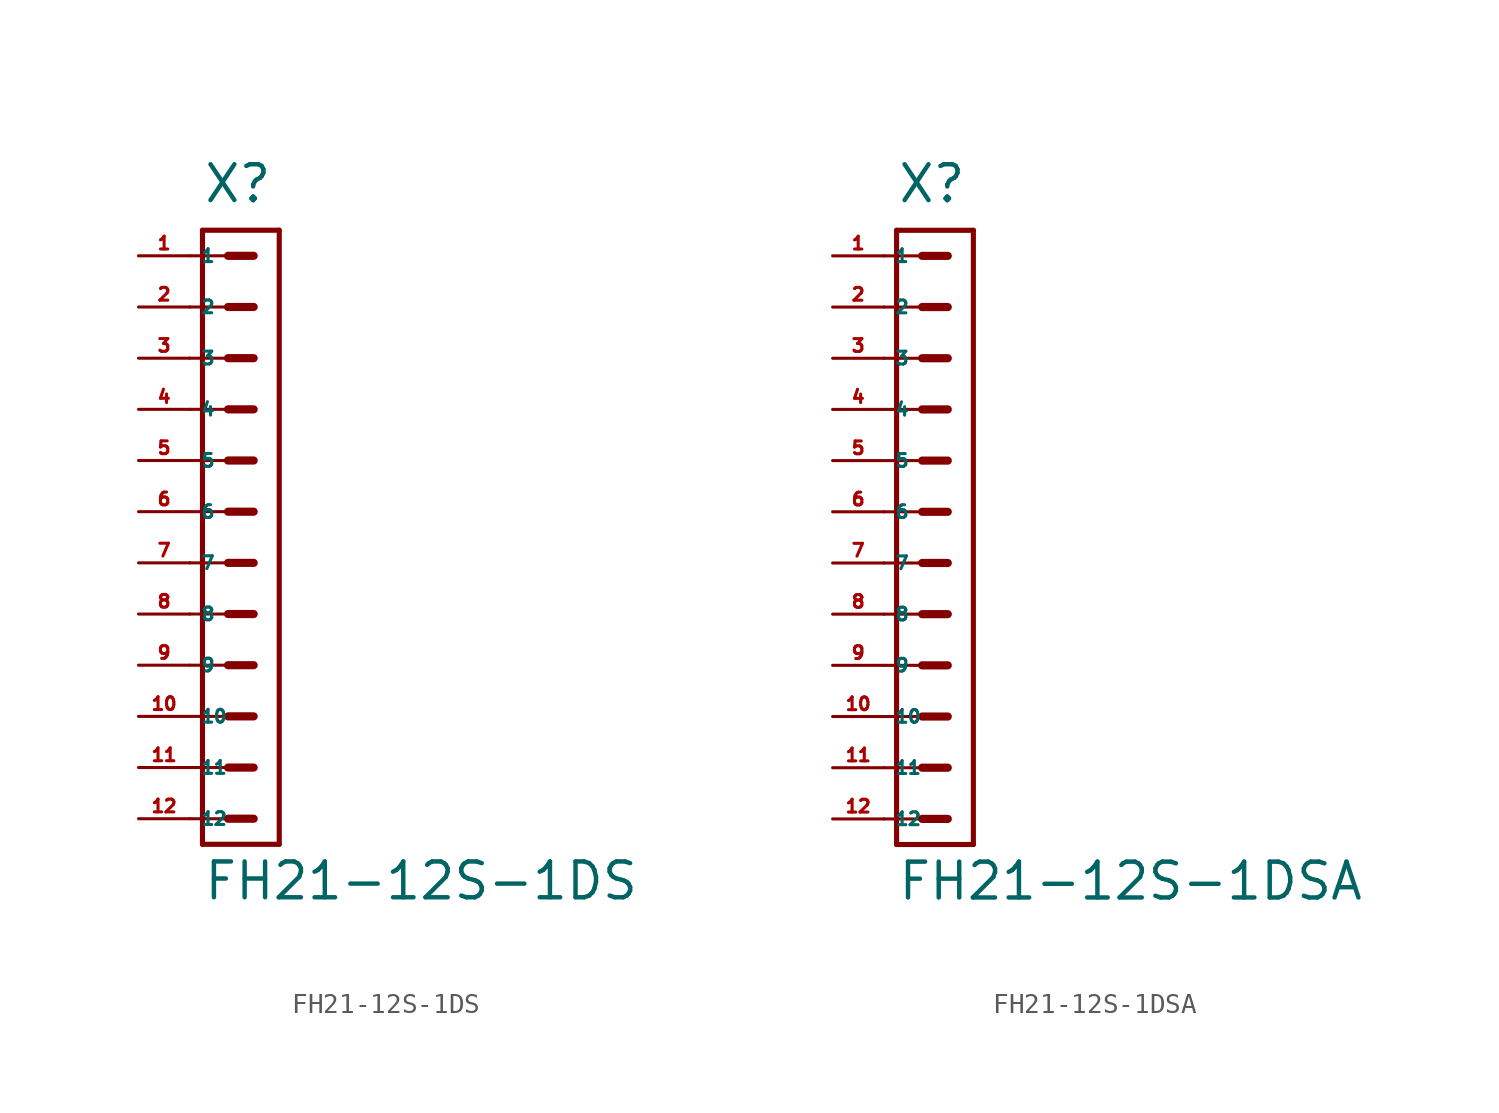
<source format=kicad_sym>
(kicad_symbol_lib
  (version 20220914)
  (generator Eagle2Kicad)
  (symbol "FH21-12S-1DS"
    (property "Reference" "X"
      (at -1.905 15.24 0)
      (effects (font (size 1.778 1.778) (thickness 0.22)) (justify left bottom)))
    (property "Value" "FH21-12S-1DS"
      (at -1.905 -19.367 0)
      (effects (font (size 1.778 1.778) (thickness 0.22)) (justify left bottom)))
    (polyline
      (pts (xy 1.905 13.97) (xy -1.905 13.97))
      (stroke (width 0.254) (type default))
      (fill (type none)))
    (polyline
      (pts (xy -1.905 -16.51) (xy -1.905 13.97))
      (stroke (width 0.254) (type default))
      (fill (type none)))
    (polyline
      (pts (xy -1.905 -16.51) (xy 1.905 -16.51))
      (stroke (width 0.254) (type default))
      (fill (type none)))
    (polyline
      (pts (xy 1.905 13.97) (xy 1.905 -16.51))
      (stroke (width 0.254) (type default))
      (fill (type none)))
    (polyline
      (pts (xy -2.54 12.7) (xy -0.635 12.7))
      (stroke (width 0.152) (type default))
      (fill (type none)))
    (polyline
      (pts (xy -2.54 10.16) (xy -0.635 10.16))
      (stroke (width 0.152) (type default))
      (fill (type none)))
    (polyline
      (pts (xy -2.54 7.62) (xy -0.635 7.62))
      (stroke (width 0.152) (type default))
      (fill (type none)))
    (polyline
      (pts (xy -2.54 5.08) (xy -0.635 5.08))
      (stroke (width 0.152) (type default))
      (fill (type none)))
    (polyline
      (pts (xy -2.54 2.54) (xy -0.635 2.54))
      (stroke (width 0.152) (type default))
      (fill (type none)))
    (polyline
      (pts (xy -2.54 0) (xy -0.635 0))
      (stroke (width 0.152) (type default))
      (fill (type none)))
    (polyline
      (pts (xy -0.635 12.7) (xy 0.635 12.7))
      (stroke (width 0.406) (type default))
      (fill (type none)))
    (polyline
      (pts (xy -0.635 10.16) (xy 0.635 10.16))
      (stroke (width 0.406) (type default))
      (fill (type none)))
    (polyline
      (pts (xy -0.635 7.62) (xy 0.635 7.62))
      (stroke (width 0.406) (type default))
      (fill (type none)))
    (polyline
      (pts (xy -0.635 5.08) (xy 0.635 5.08))
      (stroke (width 0.406) (type default))
      (fill (type none)))
    (polyline
      (pts (xy -0.635 2.54) (xy 0.635 2.54))
      (stroke (width 0.406) (type default))
      (fill (type none)))
    (polyline
      (pts (xy -0.635 0) (xy 0.635 0))
      (stroke (width 0.406) (type default))
      (fill (type none)))
    (polyline
      (pts (xy -2.54 -2.54) (xy -0.635 -2.54))
      (stroke (width 0.152) (type default))
      (fill (type none)))
    (polyline
      (pts (xy -2.54 -5.08) (xy -0.635 -5.08))
      (stroke (width 0.152) (type default))
      (fill (type none)))
    (polyline
      (pts (xy -0.635 -2.54) (xy 0.635 -2.54))
      (stroke (width 0.406) (type default))
      (fill (type none)))
    (polyline
      (pts (xy -0.635 -5.08) (xy 0.635 -5.08))
      (stroke (width 0.406) (type default))
      (fill (type none)))
    (polyline
      (pts (xy -2.54 -7.62) (xy -0.635 -7.62))
      (stroke (width 0.152) (type default))
      (fill (type none)))
    (polyline
      (pts (xy -2.54 -10.16) (xy -0.635 -10.16))
      (stroke (width 0.152) (type default))
      (fill (type none)))
    (polyline
      (pts (xy -0.635 -7.62) (xy 0.635 -7.62))
      (stroke (width 0.406) (type default))
      (fill (type none)))
    (polyline
      (pts (xy -0.635 -10.16) (xy 0.635 -10.16))
      (stroke (width 0.406) (type default))
      (fill (type none)))
    (polyline
      (pts (xy -2.54 -12.7) (xy -0.635 -12.7))
      (stroke (width 0.152) (type default))
      (fill (type none)))
    (polyline
      (pts (xy -2.54 -15.24) (xy -0.635 -15.24))
      (stroke (width 0.152) (type default))
      (fill (type none)))
    (polyline
      (pts (xy -0.635 -12.7) (xy 0.635 -12.7))
      (stroke (width 0.406) (type default))
      (fill (type none)))
    (polyline
      (pts (xy -0.635 -15.24) (xy 0.635 -15.24))
      (stroke (width 0.406) (type default))
      (fill (type none)))
    (pin passive line
      (at -5.08 12.7 0)
      (length 2.54)
      (name "1" (effects (font (size 0.635 0.635) (thickness 0.08)) (justify left bottom)))
      (number "1" (effects (font (size 0.635 0.635) (thickness 0.08)) (justify left bottom))))
    (pin passive line
      (at -5.08 10.16 0)
      (length 2.54)
      (name "2" (effects (font (size 0.635 0.635) (thickness 0.08)) (justify left bottom)))
      (number "2" (effects (font (size 0.635 0.635) (thickness 0.08)) (justify left bottom))))
    (pin passive line
      (at -5.08 7.62 0)
      (length 2.54)
      (name "3" (effects (font (size 0.635 0.635) (thickness 0.08)) (justify left bottom)))
      (number "3" (effects (font (size 0.635 0.635) (thickness 0.08)) (justify left bottom))))
    (pin passive line
      (at -5.08 5.08 0)
      (length 2.54)
      (name "4" (effects (font (size 0.635 0.635) (thickness 0.08)) (justify left bottom)))
      (number "4" (effects (font (size 0.635 0.635) (thickness 0.08)) (justify left bottom))))
    (pin passive line
      (at -5.08 2.54 0)
      (length 2.54)
      (name "5" (effects (font (size 0.635 0.635) (thickness 0.08)) (justify left bottom)))
      (number "5" (effects (font (size 0.635 0.635) (thickness 0.08)) (justify left bottom))))
    (pin passive line
      (at -5.08 0 0)
      (length 2.54)
      (name "6" (effects (font (size 0.635 0.635) (thickness 0.08)) (justify left bottom)))
      (number "6" (effects (font (size 0.635 0.635) (thickness 0.08)) (justify left bottom))))
    (pin passive line
      (at -5.08 -2.54 0)
      (length 2.54)
      (name "7" (effects (font (size 0.635 0.635) (thickness 0.08)) (justify left bottom)))
      (number "7" (effects (font (size 0.635 0.635) (thickness 0.08)) (justify left bottom))))
    (pin passive line
      (at -5.08 -5.08 0)
      (length 2.54)
      (name "8" (effects (font (size 0.635 0.635) (thickness 0.08)) (justify left bottom)))
      (number "8" (effects (font (size 0.635 0.635) (thickness 0.08)) (justify left bottom))))
    (pin passive line
      (at -5.08 -7.62 0)
      (length 2.54)
      (name "9" (effects (font (size 0.635 0.635) (thickness 0.08)) (justify left bottom)))
      (number "9" (effects (font (size 0.635 0.635) (thickness 0.08)) (justify left bottom))))
    (pin passive line
      (at -5.08 -10.16 0)
      (length 2.54)
      (name "10" (effects (font (size 0.635 0.635) (thickness 0.08)) (justify left bottom)))
      (number "10" (effects (font (size 0.635 0.635) (thickness 0.08)) (justify left bottom))))
    (pin passive line
      (at -5.08 -12.7 0)
      (length 2.54)
      (name "11" (effects (font (size 0.635 0.635) (thickness 0.08)) (justify left bottom)))
      (number "11" (effects (font (size 0.635 0.635) (thickness 0.08)) (justify left bottom))))
    (pin passive line
      (at -5.08 -15.24 0)
      (length 2.54)
      (name "12" (effects (font (size 0.635 0.635) (thickness 0.08)) (justify left bottom)))
      (number "12" (effects (font (size 0.635 0.635) (thickness 0.08)) (justify left bottom)))))
  (symbol "FH21-12S-1DSA"
    (property "Reference" "X"
      (at -1.905 15.24 0)
      (effects (font (size 1.778 1.778) (thickness 0.22)) (justify left bottom)))
    (property "Value" "FH21-12S-1DSA"
      (at -1.905 -19.367 0)
      (effects (font (size 1.778 1.778) (thickness 0.22)) (justify left bottom)))
    (polyline
      (pts (xy 1.905 13.97) (xy -1.905 13.97))
      (stroke (width 0.254) (type default))
      (fill (type none)))
    (polyline
      (pts (xy -1.905 -16.51) (xy -1.905 13.97))
      (stroke (width 0.254) (type default))
      (fill (type none)))
    (polyline
      (pts (xy -1.905 -16.51) (xy 1.905 -16.51))
      (stroke (width 0.254) (type default))
      (fill (type none)))
    (polyline
      (pts (xy 1.905 13.97) (xy 1.905 -16.51))
      (stroke (width 0.254) (type default))
      (fill (type none)))
    (polyline
      (pts (xy -2.54 12.7) (xy -0.635 12.7))
      (stroke (width 0.152) (type default))
      (fill (type none)))
    (polyline
      (pts (xy -2.54 10.16) (xy -0.635 10.16))
      (stroke (width 0.152) (type default))
      (fill (type none)))
    (polyline
      (pts (xy -2.54 7.62) (xy -0.635 7.62))
      (stroke (width 0.152) (type default))
      (fill (type none)))
    (polyline
      (pts (xy -2.54 5.08) (xy -0.635 5.08))
      (stroke (width 0.152) (type default))
      (fill (type none)))
    (polyline
      (pts (xy -2.54 2.54) (xy -0.635 2.54))
      (stroke (width 0.152) (type default))
      (fill (type none)))
    (polyline
      (pts (xy -2.54 0) (xy -0.635 0))
      (stroke (width 0.152) (type default))
      (fill (type none)))
    (polyline
      (pts (xy -0.635 12.7) (xy 0.635 12.7))
      (stroke (width 0.406) (type default))
      (fill (type none)))
    (polyline
      (pts (xy -0.635 10.16) (xy 0.635 10.16))
      (stroke (width 0.406) (type default))
      (fill (type none)))
    (polyline
      (pts (xy -0.635 7.62) (xy 0.635 7.62))
      (stroke (width 0.406) (type default))
      (fill (type none)))
    (polyline
      (pts (xy -0.635 5.08) (xy 0.635 5.08))
      (stroke (width 0.406) (type default))
      (fill (type none)))
    (polyline
      (pts (xy -0.635 2.54) (xy 0.635 2.54))
      (stroke (width 0.406) (type default))
      (fill (type none)))
    (polyline
      (pts (xy -0.635 0) (xy 0.635 0))
      (stroke (width 0.406) (type default))
      (fill (type none)))
    (polyline
      (pts (xy -2.54 -2.54) (xy -0.635 -2.54))
      (stroke (width 0.152) (type default))
      (fill (type none)))
    (polyline
      (pts (xy -2.54 -5.08) (xy -0.635 -5.08))
      (stroke (width 0.152) (type default))
      (fill (type none)))
    (polyline
      (pts (xy -0.635 -2.54) (xy 0.635 -2.54))
      (stroke (width 0.406) (type default))
      (fill (type none)))
    (polyline
      (pts (xy -0.635 -5.08) (xy 0.635 -5.08))
      (stroke (width 0.406) (type default))
      (fill (type none)))
    (polyline
      (pts (xy -2.54 -7.62) (xy -0.635 -7.62))
      (stroke (width 0.152) (type default))
      (fill (type none)))
    (polyline
      (pts (xy -2.54 -10.16) (xy -0.635 -10.16))
      (stroke (width 0.152) (type default))
      (fill (type none)))
    (polyline
      (pts (xy -0.635 -7.62) (xy 0.635 -7.62))
      (stroke (width 0.406) (type default))
      (fill (type none)))
    (polyline
      (pts (xy -0.635 -10.16) (xy 0.635 -10.16))
      (stroke (width 0.406) (type default))
      (fill (type none)))
    (polyline
      (pts (xy -2.54 -12.7) (xy -0.635 -12.7))
      (stroke (width 0.152) (type default))
      (fill (type none)))
    (polyline
      (pts (xy -2.54 -15.24) (xy -0.635 -15.24))
      (stroke (width 0.152) (type default))
      (fill (type none)))
    (polyline
      (pts (xy -0.635 -12.7) (xy 0.635 -12.7))
      (stroke (width 0.406) (type default))
      (fill (type none)))
    (polyline
      (pts (xy -0.635 -15.24) (xy 0.635 -15.24))
      (stroke (width 0.406) (type default))
      (fill (type none)))
    (pin passive line
      (at -5.08 12.7 0)
      (length 2.54)
      (name "1" (effects (font (size 0.635 0.635) (thickness 0.08)) (justify left bottom)))
      (number "1" (effects (font (size 0.635 0.635) (thickness 0.08)) (justify left bottom))))
    (pin passive line
      (at -5.08 10.16 0)
      (length 2.54)
      (name "2" (effects (font (size 0.635 0.635) (thickness 0.08)) (justify left bottom)))
      (number "2" (effects (font (size 0.635 0.635) (thickness 0.08)) (justify left bottom))))
    (pin passive line
      (at -5.08 7.62 0)
      (length 2.54)
      (name "3" (effects (font (size 0.635 0.635) (thickness 0.08)) (justify left bottom)))
      (number "3" (effects (font (size 0.635 0.635) (thickness 0.08)) (justify left bottom))))
    (pin passive line
      (at -5.08 5.08 0)
      (length 2.54)
      (name "4" (effects (font (size 0.635 0.635) (thickness 0.08)) (justify left bottom)))
      (number "4" (effects (font (size 0.635 0.635) (thickness 0.08)) (justify left bottom))))
    (pin passive line
      (at -5.08 2.54 0)
      (length 2.54)
      (name "5" (effects (font (size 0.635 0.635) (thickness 0.08)) (justify left bottom)))
      (number "5" (effects (font (size 0.635 0.635) (thickness 0.08)) (justify left bottom))))
    (pin passive line
      (at -5.08 0 0)
      (length 2.54)
      (name "6" (effects (font (size 0.635 0.635) (thickness 0.08)) (justify left bottom)))
      (number "6" (effects (font (size 0.635 0.635) (thickness 0.08)) (justify left bottom))))
    (pin passive line
      (at -5.08 -2.54 0)
      (length 2.54)
      (name "7" (effects (font (size 0.635 0.635) (thickness 0.08)) (justify left bottom)))
      (number "7" (effects (font (size 0.635 0.635) (thickness 0.08)) (justify left bottom))))
    (pin passive line
      (at -5.08 -5.08 0)
      (length 2.54)
      (name "8" (effects (font (size 0.635 0.635) (thickness 0.08)) (justify left bottom)))
      (number "8" (effects (font (size 0.635 0.635) (thickness 0.08)) (justify left bottom))))
    (pin passive line
      (at -5.08 -7.62 0)
      (length 2.54)
      (name "9" (effects (font (size 0.635 0.635) (thickness 0.08)) (justify left bottom)))
      (number "9" (effects (font (size 0.635 0.635) (thickness 0.08)) (justify left bottom))))
    (pin passive line
      (at -5.08 -10.16 0)
      (length 2.54)
      (name "10" (effects (font (size 0.635 0.635) (thickness 0.08)) (justify left bottom)))
      (number "10" (effects (font (size 0.635 0.635) (thickness 0.08)) (justify left bottom))))
    (pin passive line
      (at -5.08 -12.7 0)
      (length 2.54)
      (name "11" (effects (font (size 0.635 0.635) (thickness 0.08)) (justify left bottom)))
      (number "11" (effects (font (size 0.635 0.635) (thickness 0.08)) (justify left bottom))))
    (pin passive line
      (at -5.08 -15.24 0)
      (length 2.54)
      (name "12" (effects (font (size 0.635 0.635) (thickness 0.08)) (justify left bottom)))
      (number "12" (effects (font (size 0.635 0.635) (thickness 0.08)) (justify left bottom))))))
</source>
